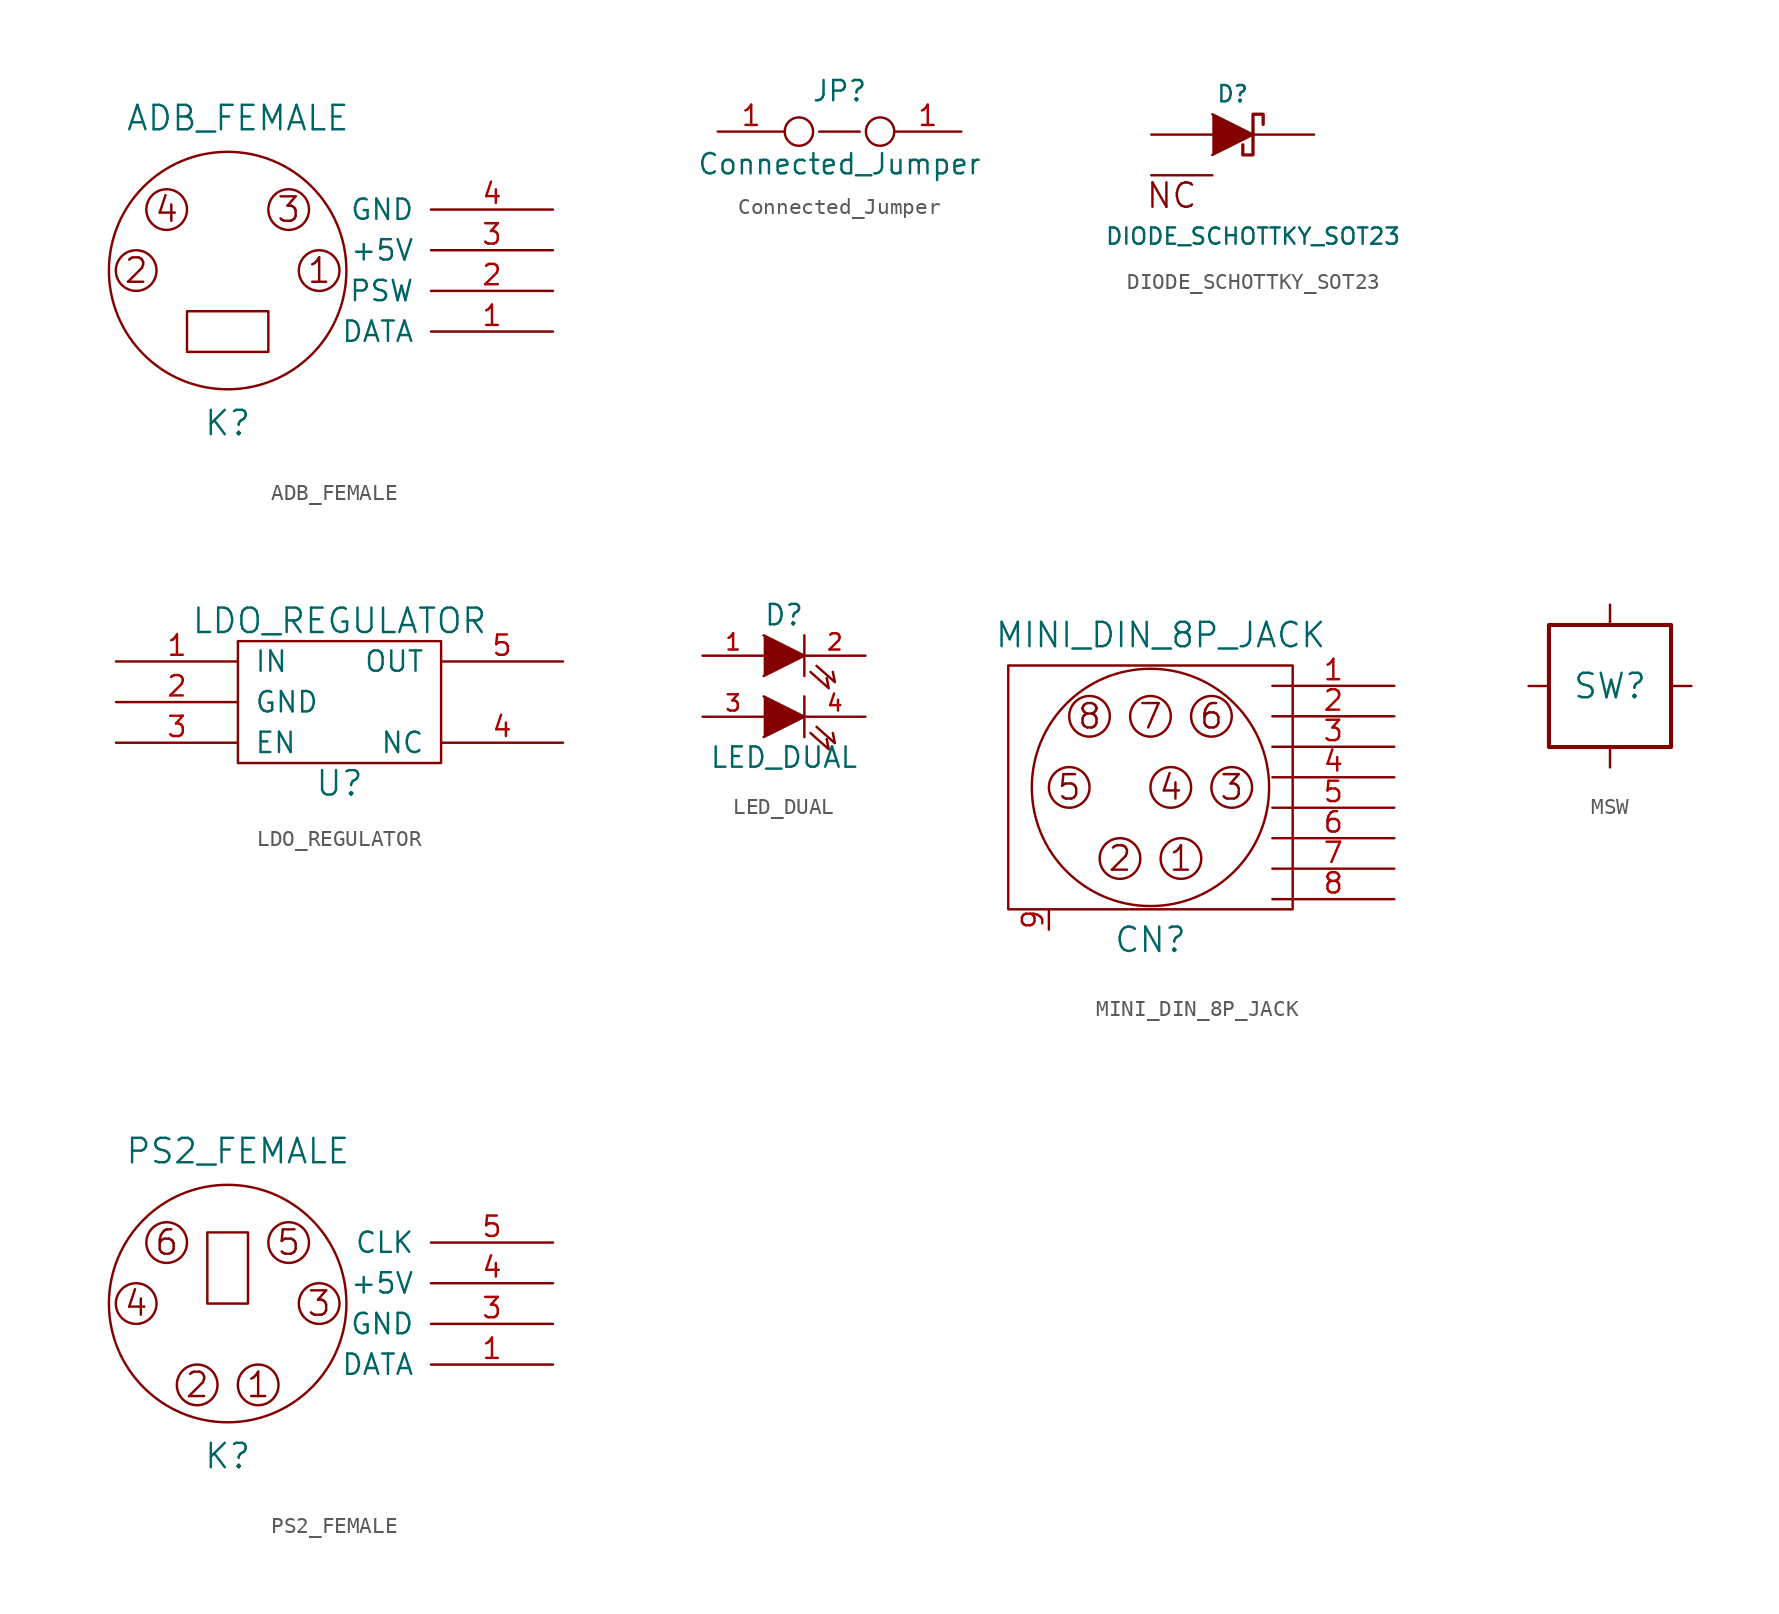
<source format=kicad_sym>
(kicad_symbol_lib
  (version 20220914)
  (generator kicad_symbol_editor)
  (symbol "ADB_FEMALE"
    (pin_names
      (offset 1.016))
    (property "Reference" "K"
      (at 0 -9.525 0)
      (effects (font (size 1.524 1.524))))
    (property "Value" "ADB_FEMALE"
      (at 0.635 9.525 0)
      (effects (font (size 1.524 1.524))))
    (property "Footprint" ""
      (at 0 0 0)
      (effects (font (size 1.524 1.524))))
    (property "Datasheet" ""
      (at 0 0 0)
      (effects (font (size 1.524 1.524))))
    (symbol "ADB_FEMALE_0_0"
      (text "1" (at 5.715 0 0) (effects (font (size 1.524 1.524))))
      (text "2" (at -5.715 0 0) (effects (font (size 1.524 1.524))))
      (text "3" (at 3.81 3.81 0) (effects (font (size 1.524 1.524))))
      (text "4" (at -3.81 3.81 0) (effects (font (size 1.524 1.524)))))
    (symbol "ADB_FEMALE_0_1"
      (circle (center -5.715 0) (radius 1.27) (stroke (width 0) (type solid)) (fill (type none)))
      (circle (center -3.81 3.81) (radius 1.27) (stroke (width 0) (type solid)) (fill (type none)))
      (rectangle (start -2.54 -2.54) (end 2.54 -5.08) (stroke (width 0) (type solid)) (fill (type none)))
      (circle (center 0 0) (radius 7.417) (stroke (width 0) (type solid)) (fill (type none)))
      (circle (center 3.81 3.81) (radius 1.27) (stroke (width 0) (type solid)) (fill (type none)))
      (circle (center 5.715 0) (radius 1.27) (stroke (width 0) (type solid)) (fill (type none))))
    (symbol "ADB_FEMALE_1_1"
      (pin input line (at 20.32 -3.81 180) (length 7.62) (name "DATA" (effects (font (size 1.27 1.27)))) (number "1" (effects (font (size 1.27 1.27)))))
      (pin input line (at 20.32 -1.27 180) (length 7.62) (name "PSW" (effects (font (size 1.27 1.27)))) (number "2" (effects (font (size 1.27 1.27)))))
      (pin input line (at 20.32 1.27 180) (length 7.62) (name "+5V" (effects (font (size 1.27 1.27)))) (number "3" (effects (font (size 1.27 1.27)))))
      (pin power_in line (at 20.32 3.81 180) (length 7.62) (name "GND" (effects (font (size 1.27 1.27)))) (number "4" (effects (font (size 1.27 1.27)))))))
  (symbol "Connected_Jumper"
    (pin_names
      (offset 0.762) hide)
    (property "Reference" "JP"
      (at 0 2.54 0)
      (effects (font (size 1.27 1.27))))
    (property "Value" "Connected_Jumper"
      (at 0 -2.032 0)
      (effects (font (size 1.27 1.27))))
    (symbol "Connected_Jumper_0_1"
      (circle (center -2.54 0) (radius 0.889) (stroke (width 0) (type solid)) (fill (type none)))
      (polyline (pts (xy -1.27 0) (xy 1.27 0)) (stroke (width 0) (type solid)) (fill (type none)))
      (circle (center 2.54 0) (radius 0.889) (stroke (width 0) (type solid)) (fill (type none)))
      (pin passive line (at -7.62 0 0) (length 4.191) (name "1" (effects (font (size 1.27 1.27)))) (number "1" (effects (font (size 1.27 1.27)))))
      (pin passive line (at 7.62 0 180) (length 4.191) (name "1" (effects (font (size 1.27 1.27)))) (number "1" (effects (font (size 1.27 1.27)))))))
  (symbol "DIODE_SCHOTTKY_SOT23"
    (pin_numbers hide)
    (pin_names
      (offset 1.016) hide)
    (property "Reference" "D"
      (at 0 2.54 0)
      (effects (font (size 1.016 1.016))))
    (property "Value" "DIODE_SCHOTTKY_SOT23"
      (at 1.27 -6.35 0)
      (effects (font (size 1.016 1.016))))
    (property "Footprint" ""
      (at 0 0 0)
      (effects (font (size 1.524 1.524))))
    (property "Datasheet" ""
      (at 0 0 0)
      (effects (font (size 1.524 1.524))))
    (symbol "DIODE_SCHOTTKY_SOT23_0_0"
      (text "NC" (at -3.81 -3.81 0) (effects (font (size 1.524 1.524)))))
    (symbol "DIODE_SCHOTTKY_SOT23_0_1"
      (polyline (pts (xy -1.27 1.27) (xy 1.27 0) (xy -1.27 -1.27)) (stroke (width 0) (type solid)) (fill (type outline)))
      (polyline (pts (xy 1.905 0.635) (xy 1.905 1.27) (xy 1.27 1.27) (xy 1.27 -1.27) (xy 0.635 -1.27) (xy 0.635 -0.635)) (stroke (width 0.203) (type solid)) (fill (type none))))
    (symbol "DIODE_SCHOTTKY_SOT23_1_1"
      (pin passive line (at -5.08 0 0) (length 3.81) (name "A" (effects (font (size 1.016 1.016)))) (number "1" (effects (font (size 1.016 1.016)))))
      (pin passive line (at -5.08 -2.54 0) (length 3.81) (name "NC" (effects (font (size 1.016 1.016)))) (number "2" (effects (font (size 1.016 1.016)))))
      (pin passive line (at 5.08 0 180) (length 3.81) (name "K" (effects (font (size 1.016 1.016)))) (number "3" (effects (font (size 1.016 1.016)))))))
  (symbol "LDO_REGULATOR"
    (pin_names
      (offset 1.016))
    (property "Reference" "U"
      (at 0 -5.08 0)
      (effects (font (size 1.524 1.524))))
    (property "Value" "LDO_REGULATOR"
      (at 0 5.08 0)
      (effects (font (size 1.524 1.524))))
    (property "Footprint" ""
      (at 0 0 0)
      (effects (font (size 1.524 1.524))))
    (property "Datasheet" ""
      (at 0 0 0)
      (effects (font (size 1.524 1.524))))
    (symbol "LDO_REGULATOR_0_1"
      (rectangle (start -6.35 3.81) (end 6.35 -3.81) (stroke (width 0) (type solid)) (fill (type none))))
    (symbol "LDO_REGULATOR_1_1"
      (pin power_in line (at -13.97 2.54 0) (length 7.62) (name "IN" (effects (font (size 1.27 1.27)))) (number "1" (effects (font (size 1.27 1.27)))))
      (pin power_in line (at -13.97 0 0) (length 7.62) (name "GND" (effects (font (size 1.27 1.27)))) (number "2" (effects (font (size 1.27 1.27)))))
      (pin input line (at -13.97 -2.54 0) (length 7.62) (name "EN" (effects (font (size 1.27 1.27)))) (number "3" (effects (font (size 1.27 1.27)))))
      (pin input line (at 13.97 -2.54 180) (length 7.62) (name "NC" (effects (font (size 1.27 1.27)))) (number "4" (effects (font (size 1.27 1.27)))))
      (pin power_out line (at 13.97 2.54 180) (length 7.62) (name "OUT" (effects (font (size 1.27 1.27)))) (number "5" (effects (font (size 1.27 1.27)))))))
  (symbol "LED_DUAL"
    (pin_names
      (offset 1.016) hide)
    (property "Reference" "D"
      (at 0 5.08 0)
      (effects (font (size 1.27 1.27))))
    (property "Value" "LED_DUAL"
      (at 0 -3.81 0)
      (effects (font (size 1.27 1.27))))
    (property "Footprint" ""
      (at 0 2.54 0)
      (effects (font (size 1.524 1.524))))
    (property "Datasheet" ""
      (at 0 2.54 0)
      (effects (font (size 1.524 1.524))))
    (symbol "LED_DUAL_0_1"
      (polyline (pts (xy 1.27 0) (xy 1.27 -2.54)) (stroke (width 0) (type solid)) (fill (type none)))
      (polyline (pts (xy 1.27 3.81) (xy 1.27 1.27)) (stroke (width 0) (type solid)) (fill (type none)))
      (polyline (pts (xy -1.27 0) (xy 1.27 -1.27) (xy -1.27 -2.54)) (stroke (width 0) (type solid)) (fill (type outline)))
      (polyline (pts (xy -1.27 3.81) (xy 1.27 2.54) (xy -1.27 1.27)) (stroke (width 0) (type solid)) (fill (type outline)))
      (polyline (pts (xy 1.651 -2.286) (xy 2.794 -3.302) (xy 2.667 -2.667)) (stroke (width 0) (type solid)) (fill (type none)))
      (polyline (pts (xy 1.651 1.524) (xy 2.794 0.508) (xy 2.667 1.143)) (stroke (width 0) (type solid)) (fill (type none)))
      (polyline (pts (xy 2.032 -1.905) (xy 3.175 -2.921) (xy 3.048 -2.286)) (stroke (width 0) (type solid)) (fill (type none)))
      (polyline (pts (xy 2.032 1.905) (xy 3.175 0.889) (xy 3.048 1.524)) (stroke (width 0) (type solid)) (fill (type none))))
    (symbol "LED_DUAL_1_1"
      (pin passive line (at -5.08 2.54 0) (length 3.81) (name "A" (effects (font (size 1.016 1.016)))) (number "1" (effects (font (size 1.016 1.016)))))
      (pin passive line (at 5.08 2.54 180) (length 3.81) (name "K" (effects (font (size 1.016 1.016)))) (number "2" (effects (font (size 1.016 1.016)))))
      (pin passive line (at -5.08 -1.27 0) (length 3.81) (name "A" (effects (font (size 1.016 1.016)))) (number "3" (effects (font (size 1.016 1.016)))))
      (pin passive line (at 5.08 -1.27 180) (length 3.81) (name "K" (effects (font (size 1.016 1.016)))) (number "4" (effects (font (size 1.016 1.016)))))))
  (symbol "MINI_DIN_8P_JACK"
    (pin_names
      (offset 0.025) hide)
    (property "Reference" "CN"
      (at 0 -9.525 0)
      (effects (font (size 1.524 1.524))))
    (property "Value" "MINI_DIN_8P_JACK"
      (at 0.635 9.525 0)
      (effects (font (size 1.524 1.524))))
    (property "Footprint" ""
      (at 0 0 0)
      (effects (font (size 1.524 1.524))))
    (property "Datasheet" ""
      (at 0 0 0)
      (effects (font (size 1.524 1.524))))
    (symbol "MINI_DIN_8P_JACK_0_0"
      (text "1" (at 1.905 -4.445 0) (effects (font (size 1.524 1.524))))
      (text "2" (at -1.905 -4.445 0) (effects (font (size 1.524 1.524))))
      (text "3" (at 5.08 0 0) (effects (font (size 1.524 1.524))))
      (text "4" (at 1.27 0 0) (effects (font (size 1.524 1.524))))
      (text "5" (at -5.08 0 0) (effects (font (size 1.524 1.524))))
      (text "6" (at 3.81 4.445 0) (effects (font (size 1.524 1.524))))
      (text "7" (at 0 4.445 0) (effects (font (size 1.524 1.524))))
      (text "8" (at -3.81 4.445 0) (effects (font (size 1.524 1.524)))))
    (symbol "MINI_DIN_8P_JACK_0_1"
      (rectangle (start -8.89 7.62) (end 8.89 -7.62) (stroke (width 0) (type solid)) (fill (type none)))
      (circle (center -5.08 0) (radius 1.27) (stroke (width 0) (type solid)) (fill (type none)))
      (circle (center -3.81 4.445) (radius 1.27) (stroke (width 0) (type solid)) (fill (type none)))
      (circle (center -1.905 -4.445) (radius 1.27) (stroke (width 0) (type solid)) (fill (type none)))
      (circle (center 0 0) (radius 7.417) (stroke (width 0) (type solid)) (fill (type none)))
      (circle (center 0 4.445) (radius 1.27) (stroke (width 0) (type solid)) (fill (type none)))
      (circle (center 1.27 0) (radius 1.27) (stroke (width 0) (type solid)) (fill (type none)))
      (circle (center 1.905 -4.445) (radius 1.27) (stroke (width 0) (type solid)) (fill (type none)))
      (circle (center 3.81 4.445) (radius 1.27) (stroke (width 0) (type solid)) (fill (type none)))
      (circle (center 5.08 0) (radius 1.27) (stroke (width 0) (type solid)) (fill (type none))))
    (symbol "MINI_DIN_8P_JACK_1_1"
      (pin passive line (at 15.24 6.35 180) (length 7.62) (name "1" (effects (font (size 1.27 1.27)))) (number "1" (effects (font (size 1.27 1.27)))))
      (pin passive line (at 15.24 4.445 180) (length 7.62) (name "2" (effects (font (size 1.27 1.27)))) (number "2" (effects (font (size 1.27 1.27)))))
      (pin passive line (at 15.24 2.54 180) (length 7.62) (name "3" (effects (font (size 1.27 1.27)))) (number "3" (effects (font (size 1.27 1.27)))))
      (pin passive line (at 15.24 0.635 180) (length 7.62) (name "4" (effects (font (size 1.27 1.27)))) (number "4" (effects (font (size 1.27 1.27)))))
      (pin passive line (at 15.24 -1.27 180) (length 7.62) (name "5" (effects (font (size 1.27 1.27)))) (number "5" (effects (font (size 1.27 1.27)))))
      (pin passive line (at 15.24 -3.175 180) (length 7.62) (name "6" (effects (font (size 1.27 1.27)))) (number "6" (effects (font (size 1.27 1.27)))))
      (pin passive line (at 15.24 -5.08 180) (length 7.62) (name "7" (effects (font (size 1.27 1.27)))) (number "7" (effects (font (size 1.27 1.27)))))
      (pin passive line (at 15.24 -6.985 180) (length 7.62) (name "8" (effects (font (size 1.27 1.27)))) (number "8" (effects (font (size 1.27 1.27)))))
      (pin passive line (at -6.35 -8.89 90) (length 1.27) (name "~" (effects (font (size 1.27 1.27)))) (number "9" (effects (font (size 1.27 1.27)))))))
  (symbol "MSW"
    (pin_names
      (offset 1.016))
    (property "Reference" "SW"
      (at 0 0 0)
      (effects (font (size 1.524 1.524))))
    (property "Footprint" ""
      (at 0 0 0)
      (effects (font (size 1.524 1.524))))
    (property "Datasheet" ""
      (at 0 0 0)
      (effects (font (size 1.524 1.524))))
    (symbol "MSW_0_1"
      (rectangle (start -3.81 3.81) (end 3.81 -3.81) (stroke (width 0.254) (type solid)) (fill (type none))))
    (symbol "MSW_1_1"
      (pin passive line (at 0 5.08 270) (length 1.27) (name "1" (effects (font (size 0 0)))) (number "1" (effects (font (size 0 0)))))
      (pin passive line (at -5.08 0 0) (length 1.27) (name "2" (effects (font (size 0 0)))) (number "2" (effects (font (size 0 0)))))
      (pin passive line (at 5.08 0 180) (length 1.27) (name "2" (effects (font (size 0 0)))) (number "2" (effects (font (size 0 0)))))
      (pin passive line (at 0 -5.08 90) (length 1.27) (name "1" (effects (font (size 0 0)))) (number "~" (effects (font (size 0 0)))))))
  (symbol "PS2_FEMALE"
    (pin_names
      (offset 1.016))
    (property "Reference" "K"
      (at 0 -9.525 0)
      (effects (font (size 1.524 1.524))))
    (property "Value" "PS2_FEMALE"
      (at 0.635 9.525 0)
      (effects (font (size 1.524 1.524))))
    (property "Footprint" ""
      (at 0 0 0)
      (effects (font (size 1.524 1.524))))
    (property "Datasheet" ""
      (at 0 0 0)
      (effects (font (size 1.524 1.524))))
    (symbol "PS2_FEMALE_0_0"
      (text "1" (at 1.905 -5.08 0) (effects (font (size 1.524 1.524))))
      (text "2" (at -1.905 -5.08 0) (effects (font (size 1.524 1.524))))
      (text "3" (at 5.715 0 0) (effects (font (size 1.524 1.524))))
      (text "4" (at -5.715 0 0) (effects (font (size 1.524 1.524))))
      (text "5" (at 3.81 3.81 0) (effects (font (size 1.524 1.524))))
      (text "6" (at -3.81 3.81 0) (effects (font (size 1.524 1.524)))))
    (symbol "PS2_FEMALE_0_1"
      (circle (center -5.715 0) (radius 1.27) (stroke (width 0) (type solid)) (fill (type none)))
      (circle (center -3.81 3.81) (radius 1.27) (stroke (width 0) (type solid)) (fill (type none)))
      (circle (center -1.905 -5.08) (radius 1.27) (stroke (width 0) (type solid)) (fill (type none)))
      (rectangle (start -1.27 4.445) (end 1.27 0) (stroke (width 0) (type solid)) (fill (type none)))
      (circle (center 0 0) (radius 7.417) (stroke (width 0) (type solid)) (fill (type none)))
      (circle (center 1.905 -5.08) (radius 1.27) (stroke (width 0) (type solid)) (fill (type none)))
      (circle (center 3.81 3.81) (radius 1.27) (stroke (width 0) (type solid)) (fill (type none)))
      (circle (center 5.715 0) (radius 1.27) (stroke (width 0) (type solid)) (fill (type none))))
    (symbol "PS2_FEMALE_1_1"
      (pin input line (at 20.32 -3.81 180) (length 7.62) (name "DATA" (effects (font (size 1.27 1.27)))) (number "1" (effects (font (size 1.27 1.27)))))
      (pin input line (at 20.32 -1.27 180) (length 7.62) (name "GND" (effects (font (size 1.27 1.27)))) (number "3" (effects (font (size 1.27 1.27)))))
      (pin power_in line (at 20.32 1.27 180) (length 7.62) (name "+5V" (effects (font (size 1.27 1.27)))) (number "4" (effects (font (size 1.27 1.27)))))
      (pin input line (at 20.32 3.81 180) (length 7.62) (name "CLK" (effects (font (size 1.27 1.27)))) (number "5" (effects (font (size 1.27 1.27))))))))
</source>
